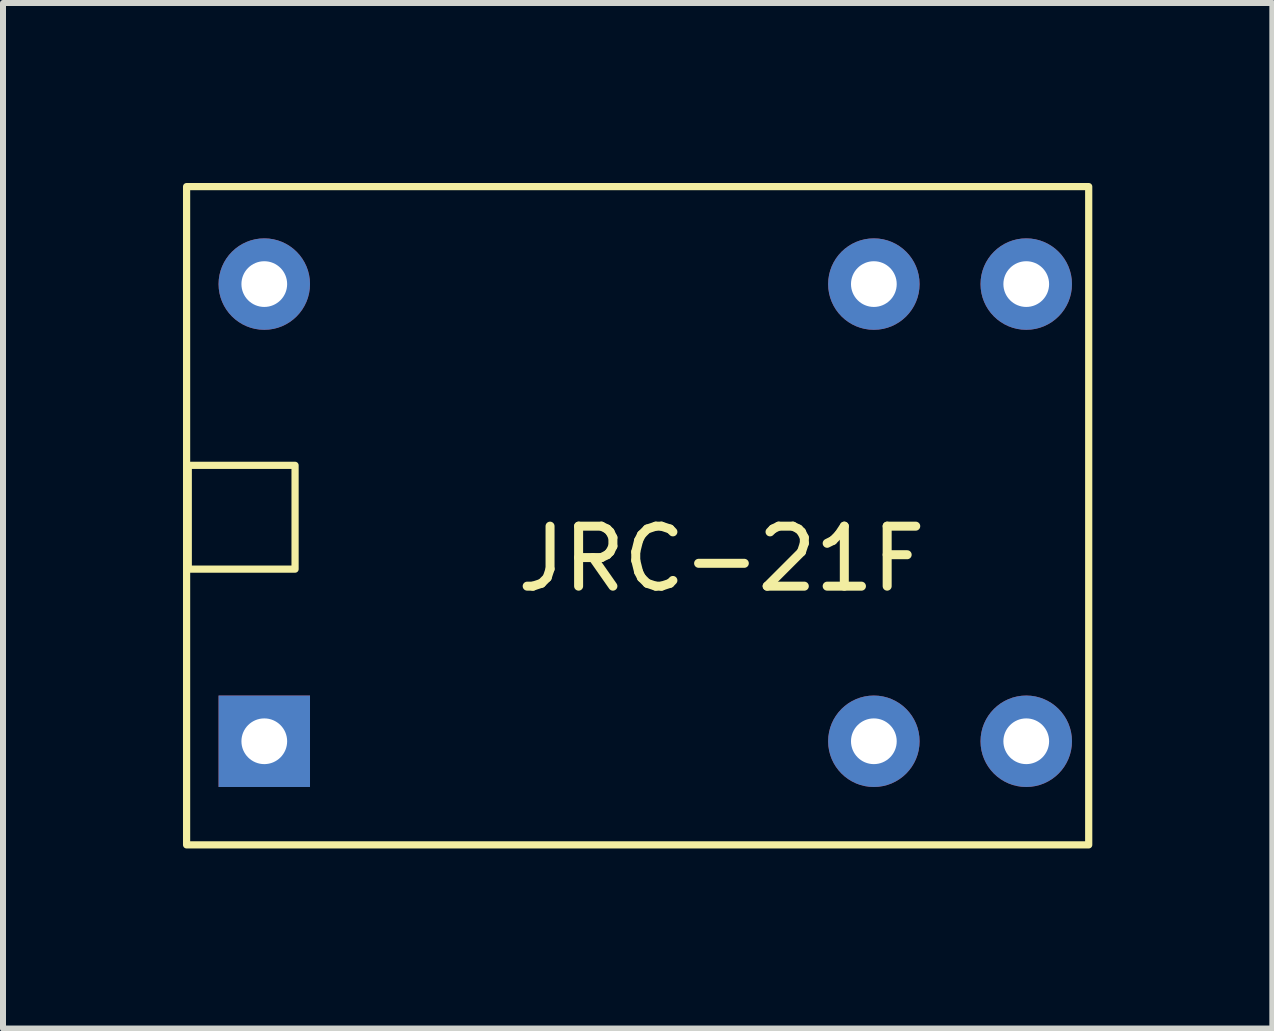
<source format=kicad_pcb>
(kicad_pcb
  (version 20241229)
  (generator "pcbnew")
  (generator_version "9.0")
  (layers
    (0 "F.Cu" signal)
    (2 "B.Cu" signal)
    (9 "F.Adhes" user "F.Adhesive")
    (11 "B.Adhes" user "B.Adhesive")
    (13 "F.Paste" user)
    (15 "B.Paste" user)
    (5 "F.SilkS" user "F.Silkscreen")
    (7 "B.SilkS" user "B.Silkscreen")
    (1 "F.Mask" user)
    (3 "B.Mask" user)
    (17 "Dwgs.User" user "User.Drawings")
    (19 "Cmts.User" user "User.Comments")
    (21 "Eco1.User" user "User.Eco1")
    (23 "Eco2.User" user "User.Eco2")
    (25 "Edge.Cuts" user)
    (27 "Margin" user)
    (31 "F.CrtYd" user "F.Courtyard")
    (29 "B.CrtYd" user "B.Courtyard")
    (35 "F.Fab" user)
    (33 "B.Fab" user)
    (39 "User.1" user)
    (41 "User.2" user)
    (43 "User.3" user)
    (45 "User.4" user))
  (footprint "JRC-21F"
    (layer "F.Cu")
    (at 7.578 5.546)
    (property "Reference" "JRC-21F" (at 1.397 0.719 0) (unlocked yes) (layer "F.SilkS") (effects (font (size 1 1) (thickness 0.15))))
    (attr through_hole)
    (fp_rect (start -7.518 -5.486) (end 7.518 5.486) (stroke (width 0.12) (type solid)) (fill no) (layer "F.SilkS"))
    (fp_rect (start -7.49 0.89) (end -5.71 -0.84) (stroke (width 0.12) (type solid)) (fill no) (layer "F.SilkS"))
    (pad "1" thru_hole rect (at -6.223 3.759) (size 1.524 1.524) (drill 0.762) (layers "*.Cu" "*.Mask"))
    (pad "2" thru_hole circle (at 3.937 3.759) (size 1.524 1.524) (drill 0.762) (layers "*.Cu" "*.Mask"))
    (pad "3" thru_hole circle (at 6.477 3.759) (size 1.524 1.524) (drill 0.762) (layers "*.Cu" "*.Mask"))
    (pad "4" thru_hole circle (at 6.477 -3.861) (size 1.524 1.524) (drill 0.762) (layers "*.Cu" "*.Mask"))
    (pad "5" thru_hole circle (at 3.937 -3.861) (size 1.524 1.524) (drill 0.762) (layers "*.Cu" "*.Mask"))
    (pad "6" thru_hole circle (at -6.223 -3.861) (size 1.524 1.524) (drill 0.762) (layers "*.Cu" "*.Mask")))
  (gr_rect
    (start -3 -3)
    (end 18.157 14.093)
    (stroke (width 0.1) (type default))
    (fill no)
    (layer "Edge.Cuts")))
</source>
